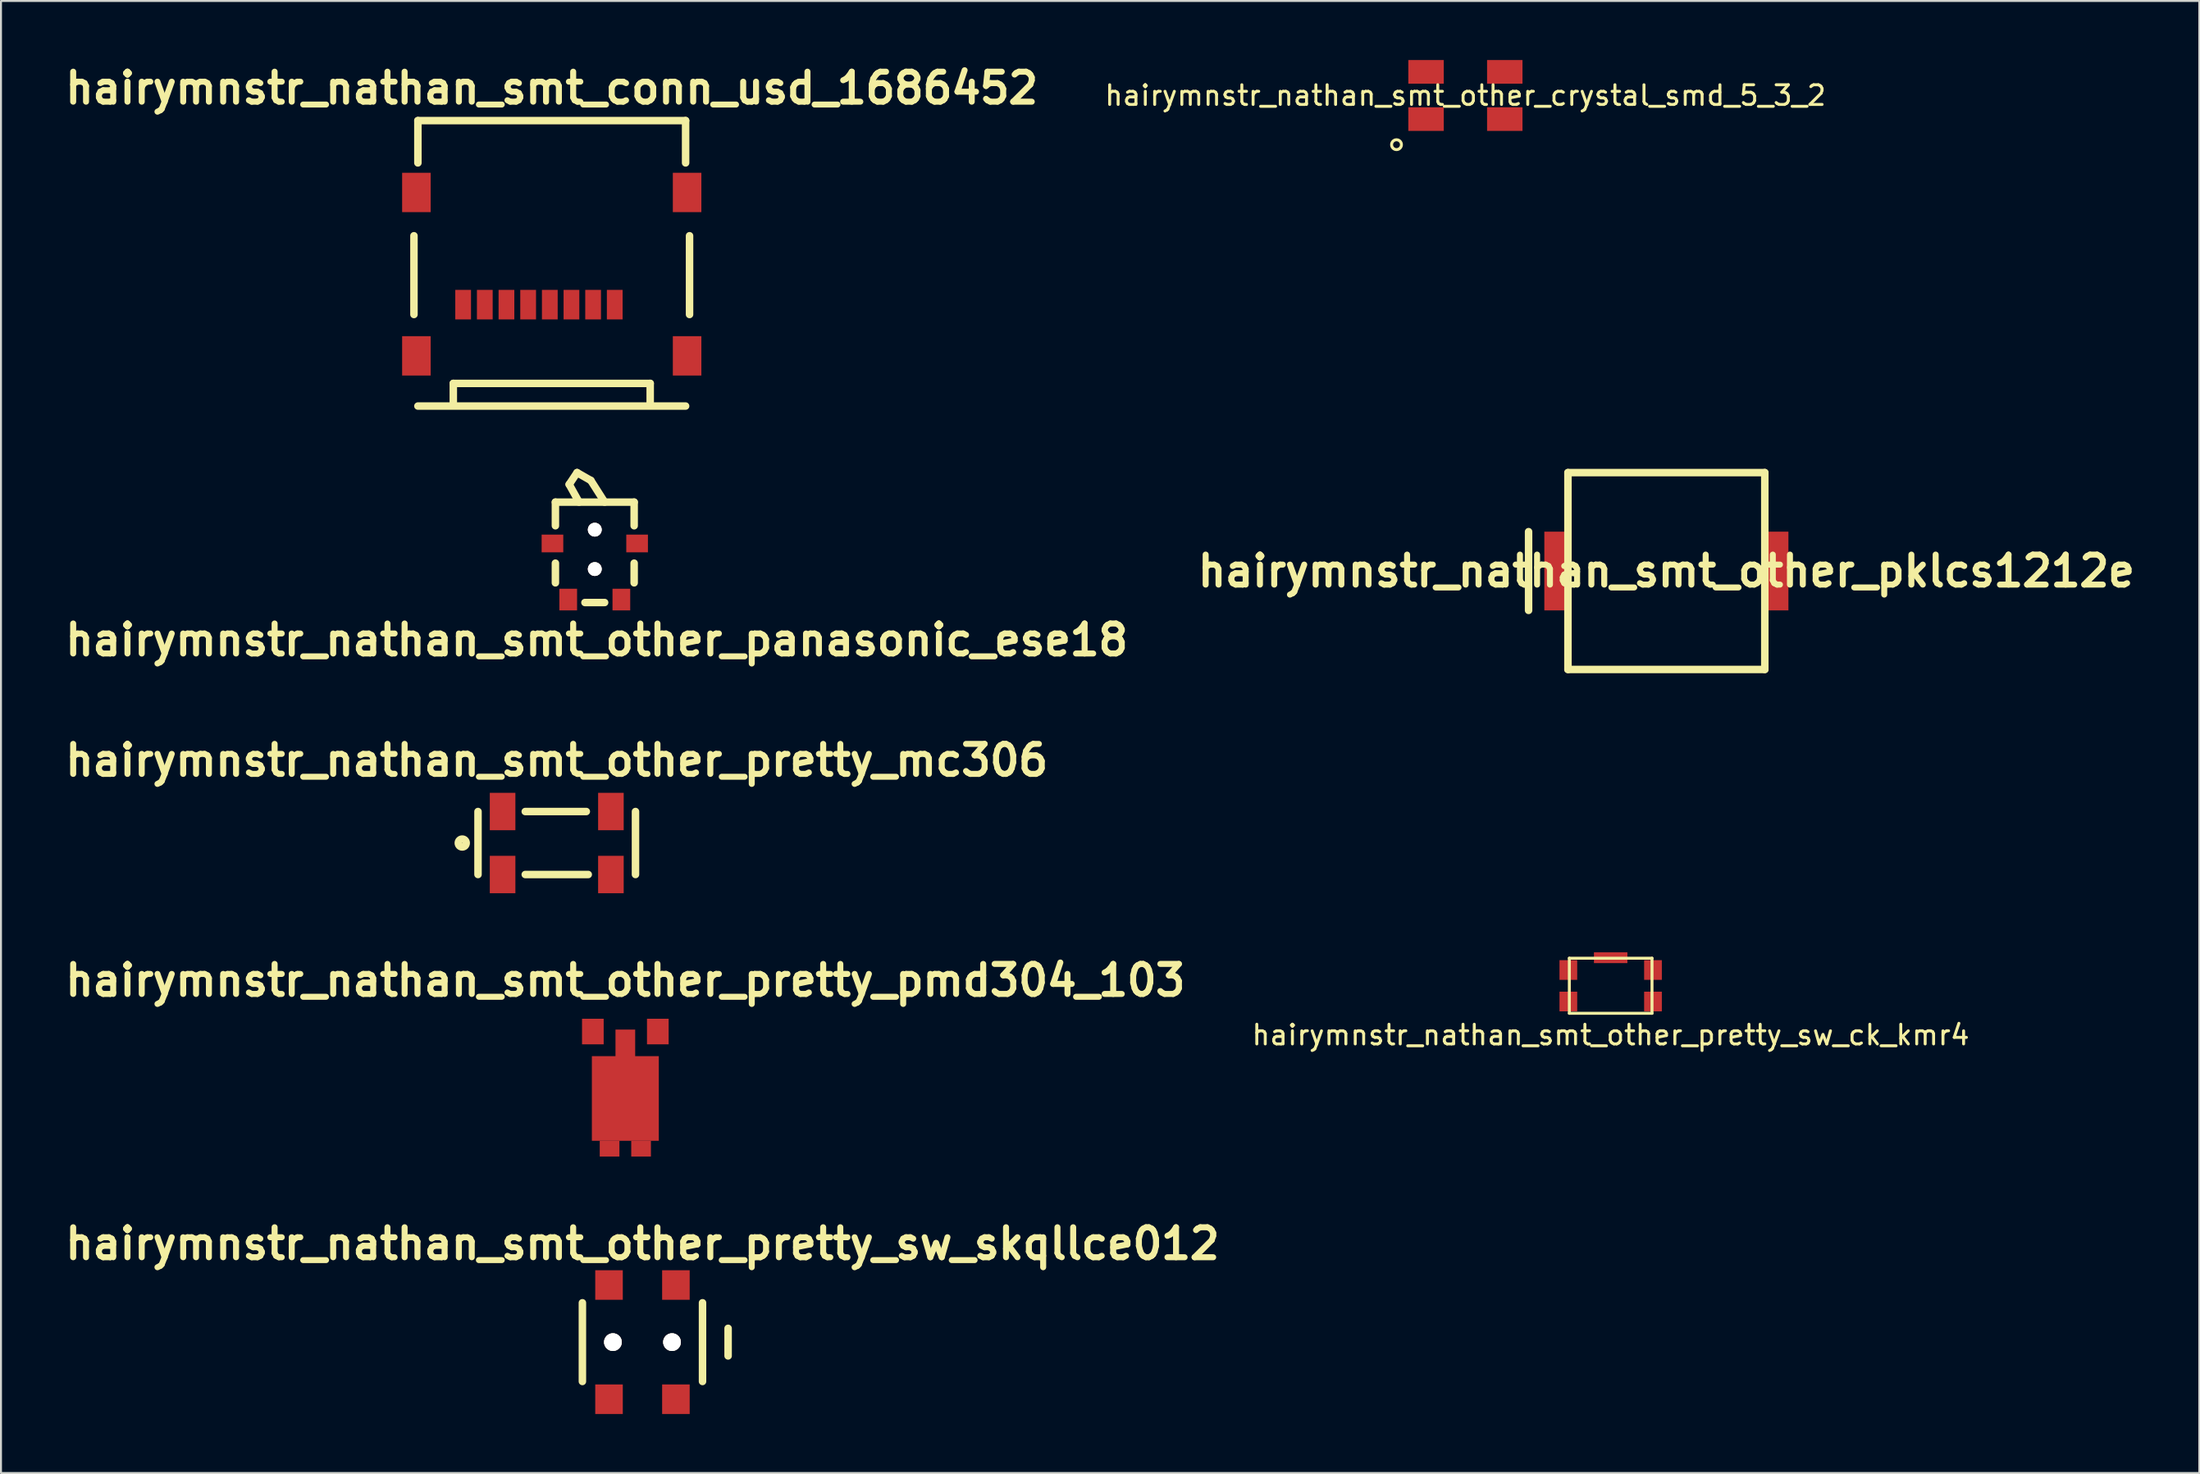
<source format=kicad_pcb>
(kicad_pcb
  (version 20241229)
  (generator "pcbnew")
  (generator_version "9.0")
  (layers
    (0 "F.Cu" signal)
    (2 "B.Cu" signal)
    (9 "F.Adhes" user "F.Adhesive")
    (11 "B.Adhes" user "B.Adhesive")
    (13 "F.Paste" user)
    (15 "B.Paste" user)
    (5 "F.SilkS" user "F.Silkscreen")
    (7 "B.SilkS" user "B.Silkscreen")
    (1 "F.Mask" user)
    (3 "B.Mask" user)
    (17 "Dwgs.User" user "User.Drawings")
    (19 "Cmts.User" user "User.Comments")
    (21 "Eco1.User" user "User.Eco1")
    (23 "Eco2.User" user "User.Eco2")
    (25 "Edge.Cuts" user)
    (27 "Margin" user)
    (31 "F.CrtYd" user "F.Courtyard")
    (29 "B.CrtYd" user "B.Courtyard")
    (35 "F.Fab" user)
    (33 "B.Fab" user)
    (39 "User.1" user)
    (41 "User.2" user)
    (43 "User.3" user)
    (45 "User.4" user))
  (footprint "hairymnstr_nathan_smt_other_pretty_pmd304_103"
    (layer "F.Cu")
    (at 28.717 52.754)
    (property "Reference" "hairymnstr_nathan_smt_other_pretty_pmd304_103" (at 0 -6 0) (layer "F.SilkS") (effects (font (size 1.524 1.524) (thickness 0.305))))
    (attr smd)
    (pad "1" smd rect (at -1.65 -3.4) (size 1.1 1.3) (layers "F.Cu" "F.Mask" "F.Paste"))
    (pad "2" smd rect (at 1.65 -3.4) (size 1.1 1.3) (layers "F.Cu" "F.Mask" "F.Paste"))
    (pad "3" smd rect (at -0.8 2.55) (size 1 0.8) (layers "F.Cu" "F.Mask" "F.Paste"))
    (pad "3" smd rect (at 0 -2) (size 1 1.5) (drill (offset 0 -0.75)) (layers "F.Cu" "F.Mask" "F.Paste"))
    (pad "3" smd rect (at 0 0) (size 3.4 4.3) (layers "F.Cu" "F.Mask" "F.Paste"))
    (pad "3" smd rect (at 0.8 2.55) (size 1 0.8) (layers "F.Cu" "F.Mask" "F.Paste")))
  (footprint "hairymnstr_nathan_smt_conn_usd_1686452"
    (layer "F.Cu")
    (at 24.979 12.427)
    (property "Reference" "hairymnstr_nathan_smt_conn_usd_1686452" (at 0 -11.001 0) (layer "F.SilkS") (effects (font (size 1.524 1.524) (thickness 0.305))))
    (attr smd)
    (fp_line (start -7 -3.5) (end -7 0.5) (stroke (width 0.381) (type solid)) (layer "F.SilkS"))
    (fp_line (start -6.8 -9.35) (end -6.8 -7.201) (stroke (width 0.381) (type solid)) (layer "F.SilkS"))
    (fp_line (start -6.8 -9.35) (end 6.8 -9.35) (stroke (width 0.381) (type solid)) (layer "F.SilkS"))
    (fp_line (start -5.001 4) (end 5.001 4) (stroke (width 0.381) (type solid)) (layer "F.SilkS"))
    (fp_line (start -5.001 5.001) (end -5.001 4) (stroke (width 0.381) (type solid)) (layer "F.SilkS"))
    (fp_line (start 5.001 4) (end 5.001 5.001) (stroke (width 0.381) (type solid)) (layer "F.SilkS"))
    (fp_line (start 6.8 -9.35) (end 6.8 -7.201) (stroke (width 0.381) (type solid)) (layer "F.SilkS"))
    (fp_line (start 6.8 5.151) (end -6.8 5.151) (stroke (width 0.381) (type solid)) (layer "F.SilkS"))
    (fp_line (start 7 0.5) (end 7 -3.5) (stroke (width 0.381) (type solid)) (layer "F.SilkS"))
    (pad "1" smd rect (at 2.101 0) (size 0.8 1.501) (layers "F.Cu" "F.Mask" "F.Paste"))
    (pad "2" smd rect (at 1.001 0) (size 0.8 1.501) (layers "F.Cu" "F.Mask" "F.Paste"))
    (pad "4" smd rect (at -0.099 0) (size 0.8 1.501) (layers "F.Cu" "F.Mask" "F.Paste"))
    (pad "5" smd rect (at -1.199 0) (size 0.8 1.501) (layers "F.Cu" "F.Mask" "F.Paste"))
    (pad "6" smd rect (at -2.301 0) (size 0.8 1.501) (layers "F.Cu" "F.Mask" "F.Paste"))
    (pad "7" smd rect (at -3.401 0) (size 0.8 1.501) (layers "F.Cu" "F.Mask" "F.Paste"))
    (pad "8" smd rect (at -4.501 0) (size 0.8 1.501) (layers "F.Cu" "F.Mask" "F.Paste"))
    (pad "9" smd rect (at 3.2 0) (size 0.8 1.501) (layers "F.Cu" "F.Mask" "F.Paste"))
    (pad "10" smd rect (at -6.876 -5.7) (size 1.45 1.999) (layers "F.Cu" "F.Mask" "F.Paste"))
    (pad "10" smd rect (at -6.876 2.601) (size 1.45 1.999) (layers "F.Cu" "F.Mask" "F.Paste"))
    (pad "10" smd rect (at 6.876 -5.7) (size 1.45 1.999) (layers "F.Cu" "F.Mask" "F.Paste"))
    (pad "10" smd rect (at 6.876 2.601) (size 1.45 1.999) (layers "F.Cu" "F.Mask" "F.Paste")))
  (footprint "hairymnstr_nathan_smt_other_pretty_sw_ck_kmr4"
    (layer "F.Cu")
    (at 78.772 47.028)
    (property "Reference" "hairymnstr_nathan_smt_other_pretty_sw_ck_kmr4" (at 0 2.5 0) (layer "F.SilkS") (effects (font (size 1 1) (thickness 0.15))))
    (attr through_hole)
    (fp_line (start -2.1 -1.4) (end -2.1 1.4) (stroke (width 0.15) (type solid)) (layer "F.SilkS"))
    (fp_line (start -2.1 1.4) (end 2.1 1.4) (stroke (width 0.15) (type solid)) (layer "F.SilkS"))
    (fp_line (start 2.1 -1.4) (end -2.1 -1.4) (stroke (width 0.15) (type solid)) (layer "F.SilkS"))
    (fp_line (start 2.1 1.4) (end 2.1 -1.4) (stroke (width 0.15) (type solid)) (layer "F.SilkS"))
    (pad "1" smd rect (at 2.15 -0.8) (size 0.9 1) (layers "F.Cu" "F.Mask" "F.Paste"))
    (pad "2" smd rect (at 2.15 0.8) (size 0.9 1) (layers "F.Cu" "F.Mask" "F.Paste"))
    (pad "3" smd rect (at -2.15 -0.8) (size 0.9 1) (layers "F.Cu" "F.Mask" "F.Paste"))
    (pad "4" smd rect (at -2.15 0.8) (size 0.9 1) (layers "F.Cu" "F.Mask" "F.Paste"))
    (pad "5" smd rect (at 0 -1.425) (size 1.7 0.55) (layers "F.Cu" "F.Mask" "F.Paste")))
  (footprint "hairymnstr_nathan_smt_other_panasonic_ese18"
    (layer "F.Cu")
    (at 27.165 25.059)
    (property "Reference" "hairymnstr_nathan_smt_other_panasonic_ese18" (at 0.1 4.4 0) (layer "F.SilkS") (effects (font (size 1.524 1.524) (thickness 0.305))))
    (attr smd)
    (fp_line (start -2 -2.6) (end -2 -1.4) (stroke (width 0.381) (type solid)) (layer "F.SilkS"))
    (fp_line (start -2 -2.6) (end 2 -2.6) (stroke (width 0.381) (type solid)) (layer "F.SilkS"))
    (fp_line (start -2 1.5) (end -2 0.5) (stroke (width 0.381) (type solid)) (layer "F.SilkS"))
    (fp_line (start -1.3 -3.5) (end -0.8 -2.6) (stroke (width 0.381) (type solid)) (layer "F.SilkS"))
    (fp_line (start -0.9 -4.1) (end -1.3 -3.5) (stroke (width 0.381) (type solid)) (layer "F.SilkS"))
    (fp_line (start -0.5 2.5) (end 0.5 2.5) (stroke (width 0.381) (type solid)) (layer "F.SilkS"))
    (fp_line (start -0.2 -3.7) (end -0.9 -4.1) (stroke (width 0.381) (type solid)) (layer "F.SilkS"))
    (fp_line (start 0.5 -2.6) (end -0.2 -3.7) (stroke (width 0.381) (type solid)) (layer "F.SilkS"))
    (fp_line (start 2 -2.6) (end 2 -1.4) (stroke (width 0.381) (type solid)) (layer "F.SilkS"))
    (fp_line (start 2 1.5) (end 2 0.5) (stroke (width 0.381) (type solid)) (layer "F.SilkS"))
    (pad "" smd rect (at -2.15 -0.5) (size 1.1 0.9) (layers "F.Cu" "F.Mask" "F.Paste"))
    (pad "" thru_hole circle (at 0 -1.2) (size 0.7 0.7) (drill 0.7) (layers "*.Cu" "*.Mask" "F.SilkS"))
    (pad "" thru_hole circle (at 0 0.8) (size 0.7 0.7) (drill 0.7) (layers "*.Cu" "*.Mask" "F.SilkS"))
    (pad "" smd rect (at 2.15 -0.5) (size 1.1 0.9) (layers "F.Cu" "F.Mask" "F.Paste"))
    (pad "1" smd rect (at -1.35 2.35) (size 0.9 1.1) (layers "F.Cu" "F.Mask" "F.Paste"))
    (pad "2" smd rect (at 1.35 2.35) (size 0.9 1.1) (layers "F.Cu" "F.Mask" "F.Paste")))
  (footprint "hairymnstr_nathan_smt_other_pretty_sw_skqllce012"
    (layer "F.Cu")
    (at 29.587 65.132)
    (property "Reference" "hairymnstr_nathan_smt_other_pretty_sw_skqllce012" (at 0 -5.001 0) (layer "F.SilkS") (effects (font (size 1.524 1.524) (thickness 0.305))))
    (attr smd)
    (fp_line (start -3.051 -1.999) (end -3.051 1.999) (stroke (width 0.381) (type solid)) (layer "F.SilkS"))
    (fp_line (start 3.051 -1.999) (end 3.051 1.999) (stroke (width 0.381) (type solid)) (layer "F.SilkS"))
    (fp_line (start 4.351 -0.701) (end 4.351 0.701) (stroke (width 0.381) (type solid)) (layer "F.SilkS"))
    (pad "" thru_hole circle (at -1.501 0) (size 0.899 0.899) (drill 0.899) (layers "*.Cu" "*.Mask" "F.SilkS"))
    (pad "" thru_hole circle (at 1.501 0) (size 0.899 0.899) (drill 0.899) (layers "*.Cu" "*.Mask" "F.SilkS"))
    (pad "1" smd rect (at -1.699 -2.901) (size 1.4 1.501) (layers "F.Cu" "F.Mask" "F.Paste"))
    (pad "2" smd rect (at 1.699 -2.901) (size 1.4 1.501) (layers "F.Cu" "F.Mask" "F.Paste"))
    (pad "3" smd rect (at -1.699 2.901) (size 1.4 1.501) (layers "F.Cu" "F.Mask" "F.Paste"))
    (pad "4" smd rect (at 1.699 2.901) (size 1.4 1.501) (layers "F.Cu" "F.Mask" "F.Paste")))
  (footprint "hairymnstr_nathan_smt_other_pretty_mc306"
    (layer "F.Cu")
    (at 25.233 39.777)
    (property "Reference" "hairymnstr_nathan_smt_other_pretty_mc306" (at 0 -4.201 0) (layer "F.SilkS") (effects (font (size 1.524 1.524) (thickness 0.305))))
    (attr smd)
    (fp_line (start -4 -1.6) (end -4 1.6) (stroke (width 0.381) (type solid)) (layer "F.SilkS"))
    (fp_line (start -1.6 -1.6) (end 1.501 -1.6) (stroke (width 0.381) (type solid)) (layer "F.SilkS"))
    (fp_line (start -1.6 1.6) (end 1.6 1.6) (stroke (width 0.381) (type solid)) (layer "F.SilkS"))
    (fp_line (start 4 -1.6) (end 4 1.6) (stroke (width 0.381) (type solid)) (layer "F.SilkS"))
    (fp_circle (center -4.801 0) (end -4.801 -0.201) (stroke (width 0.381) (type solid)) (fill no) (layer "F.SilkS"))
    (pad "1" smd rect (at -2.751 1.6) (size 1.3 1.9) (layers "F.Cu" "F.Mask" "F.Paste"))
    (pad "2" smd rect (at -2.751 -1.6) (size 1.3 1.9) (layers "F.Cu" "F.Mask" "F.Paste"))
    (pad "3" smd rect (at 2.751 -1.6) (size 1.3 1.9) (layers "F.Cu" "F.Mask" "F.Paste"))
    (pad "4" smd rect (at 2.751 1.6) (size 1.3 1.9) (layers "F.Cu" "F.Mask" "F.Paste")))
  (footprint "hairymnstr_nathan_smt_other_pklcs1212e"
    (layer "F.Cu")
    (at 81.602 25.959)
    (property "Reference" "hairymnstr_nathan_smt_other_pklcs1212e" (at 0 0 0) (layer "F.SilkS") (effects (font (size 1.524 1.524) (thickness 0.305))))
    (attr smd)
    (fp_line (start -7 -2) (end -7 2) (stroke (width 0.381) (type solid)) (layer "F.SilkS"))
    (fp_line (start -5 -5) (end 5 -5) (stroke (width 0.381) (type solid)) (layer "F.SilkS"))
    (fp_line (start -5 5) (end -5 -5) (stroke (width 0.381) (type solid)) (layer "F.SilkS"))
    (fp_line (start 5 -5) (end 5 5) (stroke (width 0.381) (type solid)) (layer "F.SilkS"))
    (fp_line (start 5 5) (end -5 5) (stroke (width 0.381) (type solid)) (layer "F.SilkS"))
    (pad "1" smd rect (at -5.6 0) (size 1.2 4) (layers "F.Cu" "F.Mask" "F.Paste"))
    (pad "2" smd rect (at 5.6 0) (size 1.2 4) (layers "F.Cu" "F.Mask" "F.Paste")))
  (footprint "hairymnstr_nathan_smt_other_crystal_smd_5_3_2"
    (layer "F.Cu")
    (at 71.393 1.8)
    (property "Reference" "hairymnstr_nathan_smt_other_crystal_smd_5_3_2" (at 0 0 0) (layer "F.SilkS") (effects (font (size 1 1) (thickness 0.15))))
    (attr smd)
    (fp_circle (center -3.5 2.5) (end -3.25 2.5) (stroke (width 0.15) (type solid)) (fill no) (layer "F.SilkS"))
    (pad "1" smd rect (at -2 1.2) (size 1.8 1.2) (layers "F.Cu" "F.Mask" "F.Paste"))
    (pad "2" smd rect (at 2 1.2) (size 1.8 1.2) (layers "F.Cu" "F.Mask" "F.Paste"))
    (pad "3" smd rect (at 2 -1.2) (size 1.8 1.2) (layers "F.Cu" "F.Mask" "F.Paste"))
    (pad "4" smd rect (at -2 -1.2) (size 1.8 1.2) (layers "F.Cu" "F.Mask" "F.Paste")))
  (gr_rect
    (start -3 -3)
    (end 108.674 71.783)
    (stroke (width 0.1) (type default))
    (fill no)
    (layer "Edge.Cuts")))
</source>
